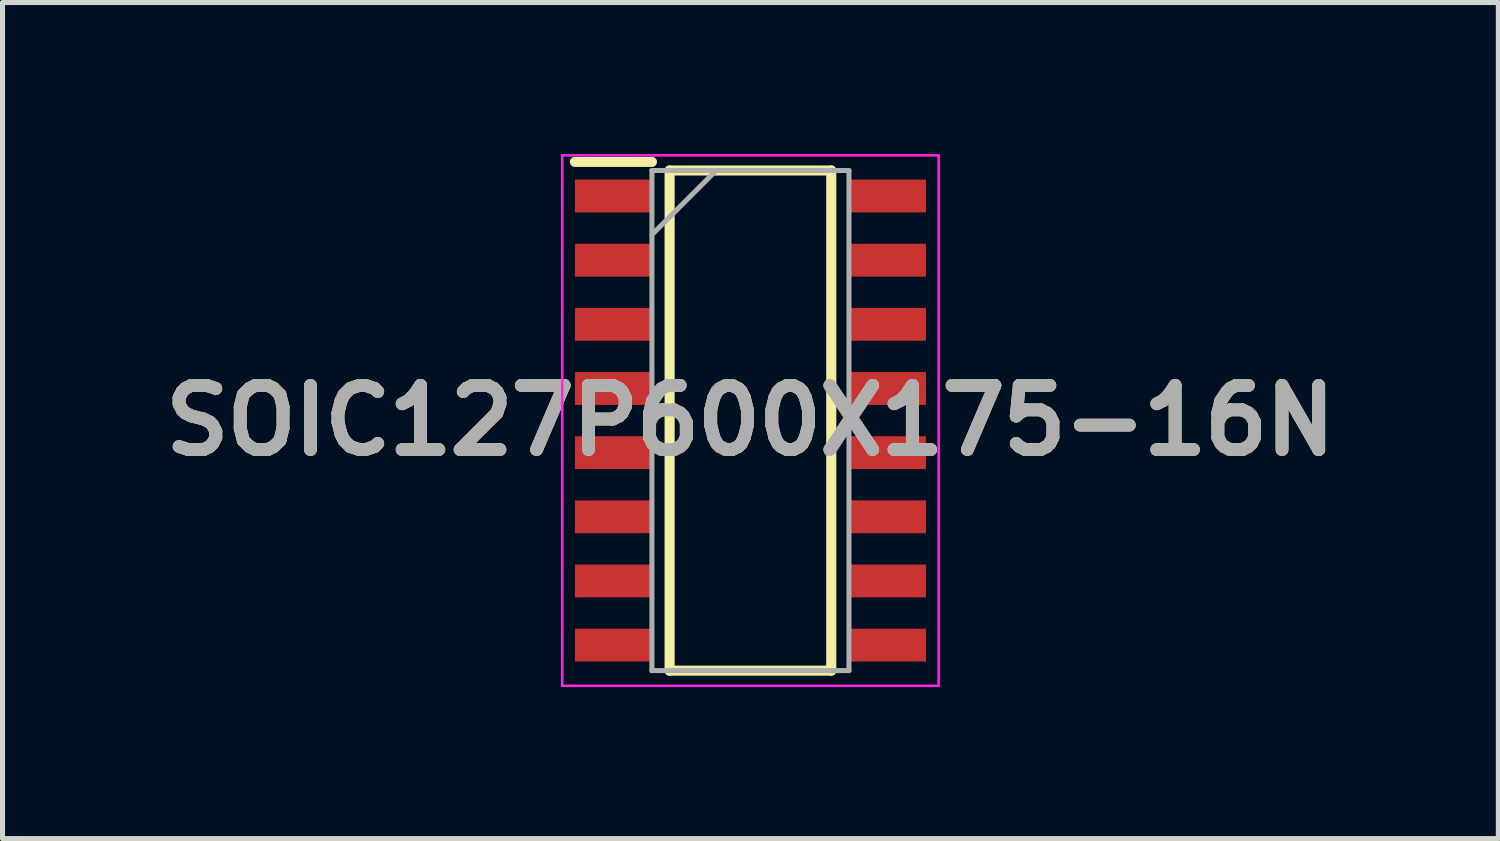
<source format=kicad_pcb>
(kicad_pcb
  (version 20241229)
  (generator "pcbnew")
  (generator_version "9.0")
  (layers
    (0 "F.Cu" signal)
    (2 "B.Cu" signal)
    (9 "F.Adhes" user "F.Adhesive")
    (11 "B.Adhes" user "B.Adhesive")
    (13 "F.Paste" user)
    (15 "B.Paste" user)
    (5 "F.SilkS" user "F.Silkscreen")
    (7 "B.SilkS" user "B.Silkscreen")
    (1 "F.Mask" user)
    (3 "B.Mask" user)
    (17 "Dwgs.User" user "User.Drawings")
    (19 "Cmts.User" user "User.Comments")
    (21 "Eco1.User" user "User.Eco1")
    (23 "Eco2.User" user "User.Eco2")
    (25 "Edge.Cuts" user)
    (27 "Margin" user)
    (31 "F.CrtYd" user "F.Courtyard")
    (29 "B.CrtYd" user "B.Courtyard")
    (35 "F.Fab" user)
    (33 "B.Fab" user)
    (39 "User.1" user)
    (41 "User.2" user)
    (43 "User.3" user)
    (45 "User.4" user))
  (footprint "SOIC127P600X175-16N"
    (layer "F.Cu")
    (at 11.805 5.275)
    (property "Reference" "SOIC127P600X175-16N" (at 0 0 0) (layer "F.SilkS") (effects (font (size 1.27 1.27) (thickness 0.254))))
    (attr smd)
    (fp_line (start -3.475 -5.12) (end -1.95 -5.12) (stroke (width 0.2) (type solid)) (layer "F.SilkS"))
    (fp_line (start -1.6 -4.95) (end 1.6 -4.95) (stroke (width 0.2) (type solid)) (layer "F.SilkS"))
    (fp_line (start -1.6 4.95) (end -1.6 -4.95) (stroke (width 0.2) (type solid)) (layer "F.SilkS"))
    (fp_line (start 1.6 -4.95) (end 1.6 4.95) (stroke (width 0.2) (type solid)) (layer "F.SilkS"))
    (fp_line (start 1.6 4.95) (end -1.6 4.95) (stroke (width 0.2) (type solid)) (layer "F.SilkS"))
    (fp_line (start -3.725 -5.25) (end 3.725 -5.25) (stroke (width 0.05) (type solid)) (layer "F.CrtYd"))
    (fp_line (start -3.725 5.25) (end -3.725 -5.25) (stroke (width 0.05) (type solid)) (layer "F.CrtYd"))
    (fp_line (start 3.725 -5.25) (end 3.725 5.25) (stroke (width 0.05) (type solid)) (layer "F.CrtYd"))
    (fp_line (start 3.725 5.25) (end -3.725 5.25) (stroke (width 0.05) (type solid)) (layer "F.CrtYd"))
    (fp_line (start -1.95 -4.95) (end 1.95 -4.95) (stroke (width 0.1) (type solid)) (layer "F.Fab"))
    (fp_line (start -1.95 -3.68) (end -0.68 -4.95) (stroke (width 0.1) (type solid)) (layer "F.Fab"))
    (fp_line (start -1.95 4.95) (end -1.95 -4.95) (stroke (width 0.1) (type solid)) (layer "F.Fab"))
    (fp_line (start 1.95 -4.95) (end 1.95 4.95) (stroke (width 0.1) (type solid)) (layer "F.Fab"))
    (fp_line (start 1.95 4.95) (end -1.95 4.95) (stroke (width 0.1) (type solid)) (layer "F.Fab"))
    (fp_text user "${REFERENCE}" (at 0 0 0) (layer "F.Fab") (effects (font (size 1.27 1.27) (thickness 0.254))))
    (pad "1" smd rect (at -2.712 -4.445 90) (size 0.65 1.525) (layers "F.Cu" "F.Mask" "F.Paste"))
    (pad "2" smd rect (at -2.712 -3.175 90) (size 0.65 1.525) (layers "F.Cu" "F.Mask" "F.Paste"))
    (pad "3" smd rect (at -2.712 -1.905 90) (size 0.65 1.525) (layers "F.Cu" "F.Mask" "F.Paste"))
    (pad "4" smd rect (at -2.712 -0.635 90) (size 0.65 1.525) (layers "F.Cu" "F.Mask" "F.Paste"))
    (pad "5" smd rect (at -2.712 0.635 90) (size 0.65 1.525) (layers "F.Cu" "F.Mask" "F.Paste"))
    (pad "6" smd rect (at -2.712 1.905 90) (size 0.65 1.525) (layers "F.Cu" "F.Mask" "F.Paste"))
    (pad "7" smd rect (at -2.712 3.175 90) (size 0.65 1.525) (layers "F.Cu" "F.Mask" "F.Paste"))
    (pad "8" smd rect (at -2.712 4.445 90) (size 0.65 1.525) (layers "F.Cu" "F.Mask" "F.Paste"))
    (pad "9" smd rect (at 2.712 4.445 90) (size 0.65 1.525) (layers "F.Cu" "F.Mask" "F.Paste"))
    (pad "10" smd rect (at 2.712 3.175 90) (size 0.65 1.525) (layers "F.Cu" "F.Mask" "F.Paste"))
    (pad "11" smd rect (at 2.712 1.905 90) (size 0.65 1.525) (layers "F.Cu" "F.Mask" "F.Paste"))
    (pad "12" smd rect (at 2.712 0.635 90) (size 0.65 1.525) (layers "F.Cu" "F.Mask" "F.Paste"))
    (pad "13" smd rect (at 2.712 -0.635 90) (size 0.65 1.525) (layers "F.Cu" "F.Mask" "F.Paste"))
    (pad "14" smd rect (at 2.712 -1.905 90) (size 0.65 1.525) (layers "F.Cu" "F.Mask" "F.Paste"))
    (pad "15" smd rect (at 2.712 -3.175 90) (size 0.65 1.525) (layers "F.Cu" "F.Mask" "F.Paste"))
    (pad "16" smd rect (at 2.712 -4.445 90) (size 0.65 1.525) (layers "F.Cu" "F.Mask" "F.Paste")))
  (gr_rect
    (start -3 -3)
    (end 26.61 13.55)
    (stroke (width 0.1) (type default))
    (fill no)
    (layer "Edge.Cuts")))
</source>
